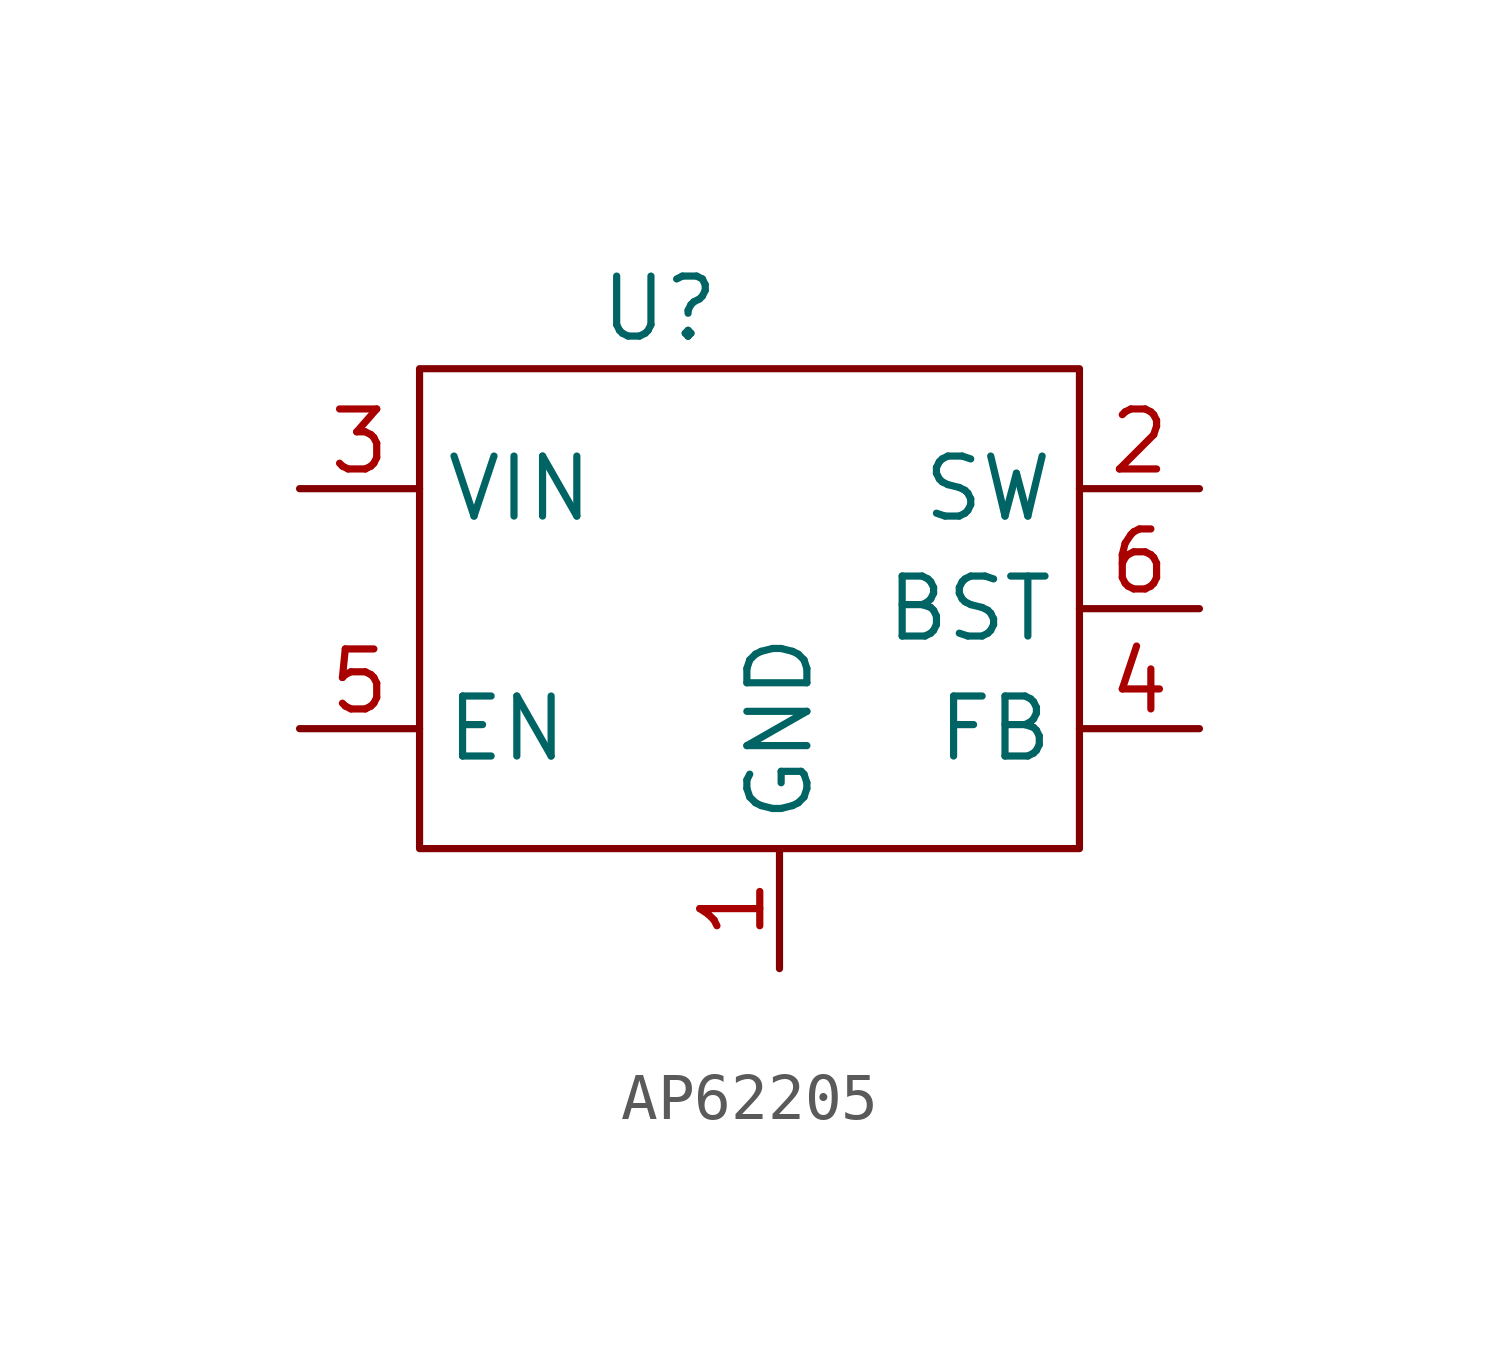
<source format=kicad_sym>
(kicad_symbol_lib
  (version 20220914)
  (generator kicad_symbol_editor)
  (symbol "AP62205"
    (property "Reference" "U"
      (at -1.27 6.35 0)
      (effects (font (size 1.27 1.27))))
    (property "Value" ""
      (at -1.778 1.778 0)
      (effects (font (size 1.27 1.27))))
    (symbol "AP62205_0_1"
      (rectangle (start -6.35 5.08) (end 7.62 -5.08) (stroke (width 0) (type default)) (fill (type none))))
    (symbol "AP62205_1_1"
      (pin input line (at 1.27 -7.62 90) (length 2.54) (name "GND" (effects (font (size 1.27 1.27)))) (number "1" (effects (font (size 1.27 1.27)))))
      (pin output line (at 10.16 2.54 180) (length 2.54) (name "SW" (effects (font (size 1.27 1.27)))) (number "2" (effects (font (size 1.27 1.27)))))
      (pin input line (at -8.89 2.54 0) (length 2.54) (name "VIN" (effects (font (size 1.27 1.27)))) (number "3" (effects (font (size 1.27 1.27)))))
      (pin input line (at 10.16 -2.54 180) (length 2.54) (name "FB" (effects (font (size 1.27 1.27)))) (number "4" (effects (font (size 1.27 1.27)))))
      (pin input line (at -8.89 -2.54 0) (length 2.54) (name "EN" (effects (font (size 1.27 1.27)))) (number "5" (effects (font (size 1.27 1.27)))))
      (pin input line (at 10.16 0 180) (length 2.54) (name "BST" (effects (font (size 1.27 1.27)))) (number "6" (effects (font (size 1.27 1.27))))))))
</source>
